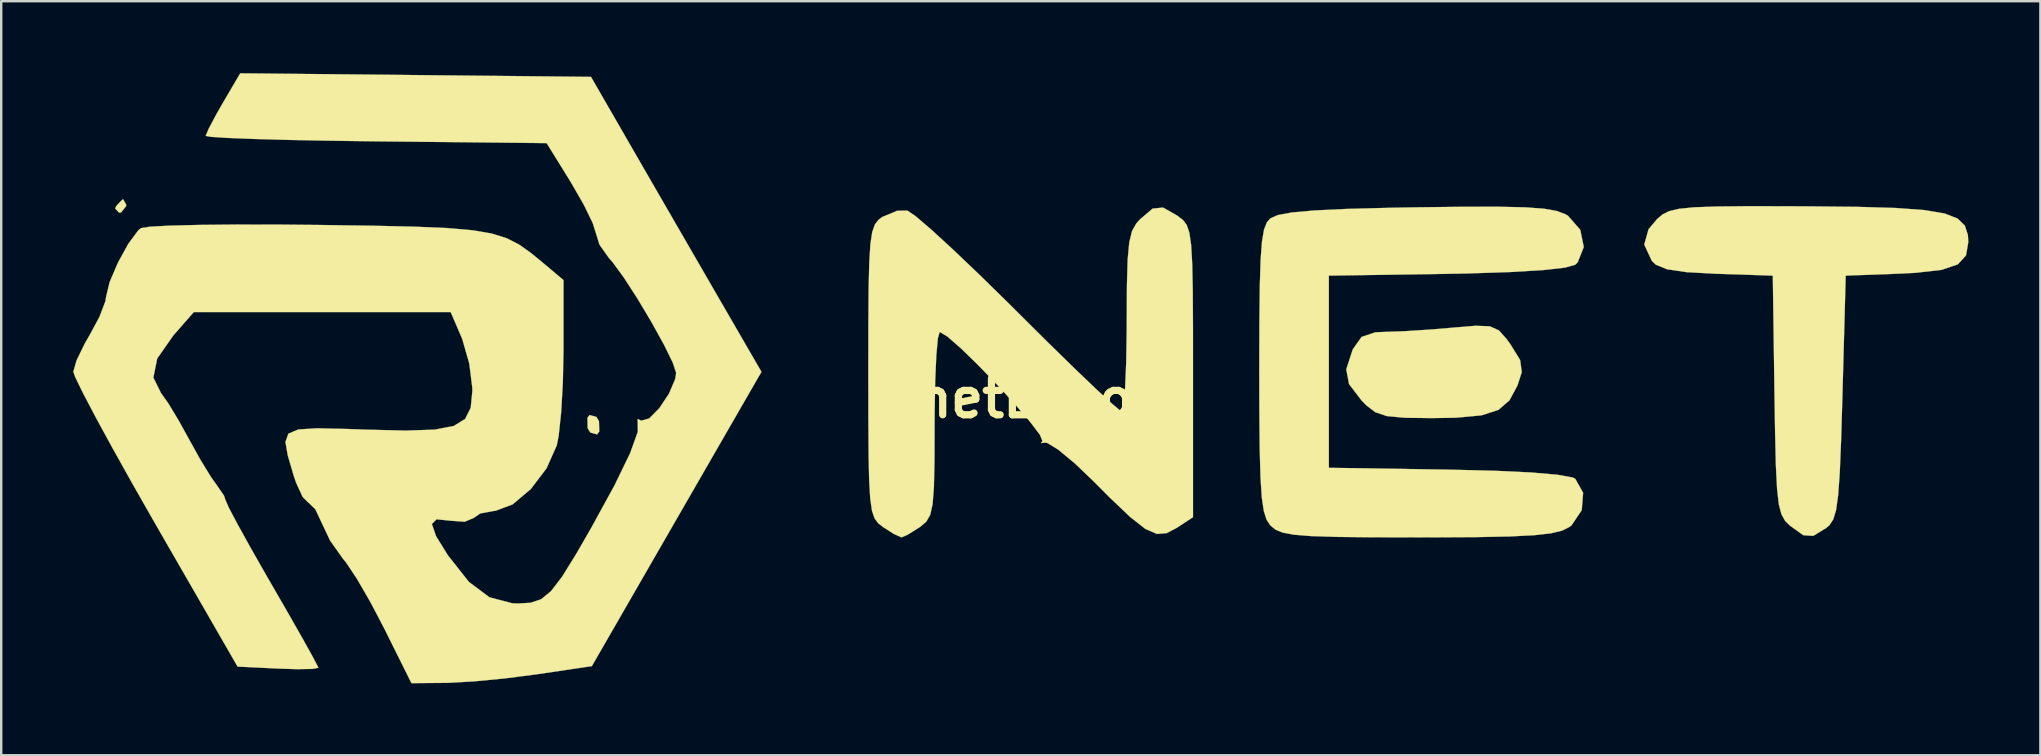
<source format=kicad_pcb>
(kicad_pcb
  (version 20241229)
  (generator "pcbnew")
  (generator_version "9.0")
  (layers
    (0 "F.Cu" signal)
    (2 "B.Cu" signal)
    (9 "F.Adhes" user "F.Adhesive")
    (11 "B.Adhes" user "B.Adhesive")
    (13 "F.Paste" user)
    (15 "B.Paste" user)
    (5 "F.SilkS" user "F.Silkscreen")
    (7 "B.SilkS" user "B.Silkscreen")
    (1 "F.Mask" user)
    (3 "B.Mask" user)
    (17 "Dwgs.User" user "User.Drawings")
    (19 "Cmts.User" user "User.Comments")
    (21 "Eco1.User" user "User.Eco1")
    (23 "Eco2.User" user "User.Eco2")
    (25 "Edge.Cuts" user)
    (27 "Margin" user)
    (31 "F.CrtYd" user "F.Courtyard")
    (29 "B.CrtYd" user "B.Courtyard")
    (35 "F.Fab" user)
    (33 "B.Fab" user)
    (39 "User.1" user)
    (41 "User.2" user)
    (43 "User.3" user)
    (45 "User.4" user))
  (footprint "rnetLogo"
    (layer "F.Cu")
    (at 39.203 13.542)
    (property "Reference" "rnetLogo" (at 0 0 0) (layer "F.SilkS") (effects (font (size 1.524 1.524) (thickness 0.3))))
    (attr through_hole)
    (fp_poly (pts (xy -36.999 -8.069) (xy -36.996 -8.007) (xy -37.208 -7.741) (xy -37.288 -7.73) (xy -37.453 -7.9) (xy -37.41 -8.007) (xy -37.162 -8.27) (xy -37.117 -8.283) (xy -36.999 -8.069)) (stroke (width 0.01) (type solid)) (fill yes) (layer "F.SilkS"))
    (fp_poly (pts (xy -17.403 0.779) (xy -17.296 0.959) (xy -17.285 1.393) (xy -17.377 1.508) (xy -17.66 1.429) (xy -17.767 1.25) (xy -17.778 0.816) (xy -17.686 0.701) (xy -17.403 0.779)) (stroke (width 0.01) (type solid)) (fill yes) (layer "F.SilkS"))
    (fp_poly (pts (xy 19.821 -2.997) (xy 20.2 -2.826) (xy 20.528 -2.457) (xy 20.69 -2.231) (xy 21.083 -1.592) (xy 21.153 -1.092) (xy 20.973 -0.529) (xy 20.641 0.086) (xy 20.181 0.485) (xy 19.477 0.713) (xy 18.418 0.812) (xy 17.398 0.828) (xy 16.264 0.814) (xy 15.531 0.744) (xy 15.05 0.583) (xy 14.67 0.293) (xy 14.481 0.098) (xy 13.955 -0.589) (xy 13.84 -1.205) (xy 14.097 -1.995) (xy 14.125 -2.058) (xy 14.479 -2.556) (xy 15.054 -2.747) (xy 15.436 -2.763) (xy 16.249 -2.791) (xy 17.344 -2.861) (xy 18.246 -2.937) (xy 19.226 -3.018) (xy 19.821 -2.997)) (stroke (width 0.01) (type solid)) (fill yes) (layer "F.SilkS"))
    (fp_poly (pts (xy 32.285 -7.998) (xy 32.966 -7.995) (xy 35.089 -7.975) (xy 36.722 -7.927) (xy 37.928 -7.839) (xy 38.77 -7.697) (xy 39.311 -7.486) (xy 39.613 -7.193) (xy 39.739 -6.805) (xy 39.757 -6.506) (xy 39.662 -5.951) (xy 39.322 -5.578) (xy 38.648 -5.349) (xy 37.553 -5.224) (xy 36.845 -5.189) (xy 34.649 -5.108) (xy 34.511 -0.046) (xy 34.457 1.757) (xy 34.402 3.089) (xy 34.336 4.028) (xy 34.249 4.654) (xy 34.131 5.048) (xy 33.973 5.289) (xy 33.837 5.406) (xy 33.298 5.735) (xy 32.882 5.708) (xy 32.334 5.315) (xy 32.125 5.111) (xy 31.972 4.84) (xy 31.863 4.421) (xy 31.789 3.77) (xy 31.74 2.804) (xy 31.707 1.441) (xy 31.682 -0.138) (xy 31.612 -5.108) (xy 29.265 -5.184) (xy 28.013 -5.253) (xy 27.205 -5.373) (xy 26.734 -5.566) (xy 26.573 -5.72) (xy 26.255 -6.401) (xy 26.435 -7.042) (xy 26.788 -7.462) (xy 27.008 -7.652) (xy 27.286 -7.792) (xy 27.7 -7.891) (xy 28.33 -7.954) (xy 29.252 -7.988) (xy 30.544 -8.001) (xy 32.285 -7.998)) (stroke (width 0.01) (type solid)) (fill yes) (layer "F.SilkS"))
    (fp_poly (pts (xy 21.311 -7.953) (xy 22.079 -7.896) (xy 22.601 -7.804) (xy 22.956 -7.673) (xy 23.077 -7.602) (xy 23.59 -7.016) (xy 23.736 -6.299) (xy 23.483 -5.664) (xy 23.378 -5.562) (xy 22.955 -5.441) (xy 22.031 -5.338) (xy 20.654 -5.256) (xy 18.875 -5.198) (xy 18.063 -5.183) (xy 13.114 -5.108) (xy 13.114 2.899) (xy 18.063 2.975) (xy 19.989 3.021) (xy 21.532 3.093) (xy 22.643 3.189) (xy 23.273 3.303) (xy 23.378 3.353) (xy 23.709 3.941) (xy 23.651 4.662) (xy 23.23 5.291) (xy 23.13 5.368) (xy 22.83 5.518) (xy 22.367 5.629) (xy 21.666 5.708) (xy 20.654 5.759) (xy 19.258 5.787) (xy 17.403 5.797) (xy 16.823 5.798) (xy 14.893 5.794) (xy 13.44 5.778) (xy 12.389 5.745) (xy 11.663 5.687) (xy 11.187 5.598) (xy 10.886 5.473) (xy 10.684 5.306) (xy 10.672 5.293) (xy 10.519 5.061) (xy 10.404 4.7) (xy 10.321 4.138) (xy 10.266 3.302) (xy 10.234 2.119) (xy 10.218 0.516) (xy 10.215 -1.161) (xy 10.22 -3.153) (xy 10.237 -4.664) (xy 10.271 -5.765) (xy 10.328 -6.529) (xy 10.413 -7.025) (xy 10.531 -7.326) (xy 10.671 -7.49) (xy 10.98 -7.629) (xy 11.572 -7.739) (xy 12.506 -7.823) (xy 13.842 -7.887) (xy 15.639 -7.934) (xy 16.769 -7.954) (xy 18.732 -7.977) (xy 20.221 -7.978) (xy 21.311 -7.953)) (stroke (width 0.01) (type solid)) (fill yes) (layer "F.SilkS"))
    (fp_poly (pts (xy 6.798 -7.607) (xy 6.841 -7.577) (xy 7.041 -7.42) (xy 7.192 -7.219) (xy 7.301 -6.9) (xy 7.375 -6.391) (xy 7.42 -5.619) (xy 7.444 -4.51) (xy 7.453 -2.992) (xy 7.454 -1.095) (xy 7.454 4.957) (xy 6.783 5.397) (xy 6.357 5.621) (xy 5.949 5.654) (xy 5.474 5.448) (xy 4.846 4.958) (xy 3.981 4.135) (xy 3.334 3.484) (xy 2.526 2.712) (xy 1.841 2.144) (xy 1.379 1.862) (xy 1.264 1.852) (xy 1.117 1.873) (xy 1.182 1.784) (xy 1.076 1.524) (xy 0.663 0.98) (xy 0.036 0.25) (xy -0.714 -0.568) (xy -1.495 -1.376) (xy -2.214 -2.076) (xy -2.779 -2.57) (xy -3.097 -2.761) (xy -3.1 -2.761) (xy -3.176 -2.501) (xy -3.241 -1.789) (xy -3.288 -0.722) (xy -3.311 0.6) (xy -3.313 1.089) (xy -3.318 2.622) (xy -3.341 3.698) (xy -3.396 4.413) (xy -3.496 4.861) (xy -3.657 5.139) (xy -3.89 5.342) (xy -3.927 5.368) (xy -4.432 5.686) (xy -4.693 5.798) (xy -5.009 5.656) (xy -5.46 5.368) (xy -5.661 5.211) (xy -5.812 5.01) (xy -5.921 4.691) (xy -5.995 4.181) (xy -6.04 3.408) (xy -6.063 2.298) (xy -6.072 0.779) (xy -6.074 -1.104) (xy -6.072 -3.083) (xy -6.061 -4.582) (xy -6.034 -5.675) (xy -5.986 -6.433) (xy -5.91 -6.931) (xy -5.8 -7.24) (xy -5.648 -7.433) (xy -5.504 -7.546) (xy -4.877 -7.809) (xy -4.445 -7.818) (xy -4.11 -7.59) (xy -3.454 -7.029) (xy -2.543 -6.193) (xy -1.441 -5.143) (xy -0.214 -3.94) (xy 0.158 -3.569) (xy 1.391 -2.344) (xy 2.495 -1.264) (xy 3.412 -0.387) (xy 4.082 0.231) (xy 4.442 0.532) (xy 4.483 0.552) (xy 4.56 0.293) (xy 4.624 -0.418) (xy 4.67 -1.48) (xy 4.692 -2.792) (xy 4.693 -3.175) (xy 4.701 -4.7) (xy 4.731 -5.772) (xy 4.798 -6.493) (xy 4.913 -6.963) (xy 5.091 -7.281) (xy 5.246 -7.454) (xy 5.771 -7.9) (xy 6.206 -7.944) (xy 6.798 -7.607)) (stroke (width 0.01) (type solid)) (fill yes) (layer "F.SilkS"))
    (fp_poly (pts (xy -24.937 -13.464) (xy -17.63 -13.39) (xy -16.038 -10.629) (xy -15.256 -9.274) (xy -14.317 -7.649) (xy -13.342 -5.963) (xy -12.487 -4.484) (xy -10.527 -1.1) (xy -14.061 5.031) (xy -17.594 11.163) (xy -19.91 11.506) (xy -21.208 11.673) (xy -22.507 11.798) (xy -23.551 11.858) (xy -23.667 11.86) (xy -25.11 11.872) (xy -26.243 9.594) (xy -26.817 8.499) (xy -27.378 7.53) (xy -27.834 6.844) (xy -27.965 6.684) (xy -28.496 5.936) (xy -28.841 5.208) (xy -29.115 4.624) (xy -29.389 4.358) (xy -29.403 4.356) (xy -29.644 4.112) (xy -29.921 3.508) (xy -30.02 3.21) (xy -30.263 2.385) (xy -30.36 1.822) (xy -30.238 1.477) (xy -29.823 1.302) (xy -29.042 1.252) (xy -27.821 1.28) (xy -26.988 1.31) (xy -25.326 1.349) (xy -24.137 1.308) (xy -23.344 1.155) (xy -22.871 0.862) (xy -22.64 0.396) (xy -22.574 -0.272) (xy -22.574 -0.438) (xy -22.7 -1.445) (xy -22.992 -2.462) (xy -23.03 -2.554) (xy -23.475 -3.589) (xy -34.178 -3.589) (xy -35.034 -2.613) (xy -35.703 -1.654) (xy -35.863 -0.858) (xy -35.546 -0.217) (xy -35.236 0.22) (xy -34.786 0.968) (xy -34.402 1.666) (xy -33.913 2.547) (xy -33.469 3.273) (xy -33.228 3.611) (xy -32.922 4.057) (xy -32.854 4.253) (xy -32.723 4.554) (xy -32.361 5.239) (xy -31.821 6.215) (xy -31.152 7.39) (xy -30.922 7.788) (xy -30.224 8.998) (xy -29.638 10.028) (xy -29.215 10.789) (xy -29.004 11.193) (xy -28.989 11.232) (xy -29.24 11.279) (xy -29.892 11.289) (xy -30.672 11.264) (xy -32.354 11.182) (xy -35.774 5.246) (xy -36.718 3.592) (xy -37.562 2.082) (xy -38.269 0.786) (xy -38.801 -0.226) (xy -39.12 -0.884) (xy -39.198 -1.104) (xy -39.062 -1.577) (xy -38.716 -2.288) (xy -38.521 -2.623) (xy -38.108 -3.392) (xy -37.862 -4.04) (xy -37.833 -4.221) (xy -37.688 -4.83) (xy -37.343 -5.64) (xy -36.908 -6.433) (xy -36.494 -6.991) (xy -36.378 -7.088) (xy -36.017 -7.146) (xy -35.181 -7.19) (xy -33.949 -7.221) (xy -32.4 -7.236) (xy -30.612 -7.234) (xy -28.994 -7.219) (xy -26.743 -7.187) (xy -24.968 -7.147) (xy -23.595 -7.088) (xy -22.549 -6.996) (xy -21.755 -6.859) (xy -21.138 -6.665) (xy -20.622 -6.401) (xy -20.132 -6.053) (xy -19.635 -5.645) (xy -18.774 -4.92) (xy -18.775 -1.977) (xy -18.802 -0.64) (xy -18.873 0.597) (xy -18.976 1.562) (xy -19.054 1.963) (xy -19.479 2.917) (xy -20.137 3.784) (xy -20.893 4.423) (xy -21.612 4.692) (xy -21.659 4.693) (xy -22.247 4.802) (xy -22.511 4.986) (xy -22.893 5.147) (xy -23.494 5.102) (xy -24.065 5.044) (xy -24.26 5.241) (xy -24.085 5.748) (xy -23.591 6.545) (xy -22.717 7.653) (xy -21.86 8.295) (xy -20.914 8.543) (xy -20.68 8.553) (xy -20.145 8.523) (xy -19.708 8.377) (xy -19.293 8.037) (xy -18.826 7.426) (xy -18.233 6.467) (xy -17.609 5.384) (xy -16.643 3.619) (xy -15.999 2.29) (xy -15.679 1.401) (xy -15.683 0.955) (xy -15.691 0.945) (xy -15.679 0.866) (xy -15.534 0.936) (xy -15.208 0.846) (xy -14.783 0.416) (xy -14.38 -0.188) (xy -14.12 -0.8) (xy -14.081 -1.056) (xy -14.222 -1.485) (xy -14.59 -2.234) (xy -15.104 -3.164) (xy -15.685 -4.138) (xy -16.252 -5.016) (xy -16.722 -5.661) (xy -16.871 -5.827) (xy -17.276 -6.398) (xy -17.41 -6.833) (xy -17.558 -7.301) (xy -17.93 -8.065) (xy -18.446 -8.962) (xy -18.452 -8.973) (xy -19.477 -10.629) (xy -26.58 -10.703) (xy -28.495 -10.729) (xy -30.215 -10.762) (xy -31.666 -10.802) (xy -32.775 -10.846) (xy -33.471 -10.891) (xy -33.683 -10.93) (xy -33.554 -11.236) (xy -33.226 -11.852) (xy -32.964 -12.31) (xy -32.244 -13.537) (xy -24.937 -13.464)) (stroke (width 0.01) (type solid)) (fill yes) (layer "F.SilkS")))
  (gr_rect
    (start -3 -3)
    (end 81.964 28.419)
    (stroke (width 0.1) (type default))
    (fill no)
    (layer "Edge.Cuts")))
</source>
